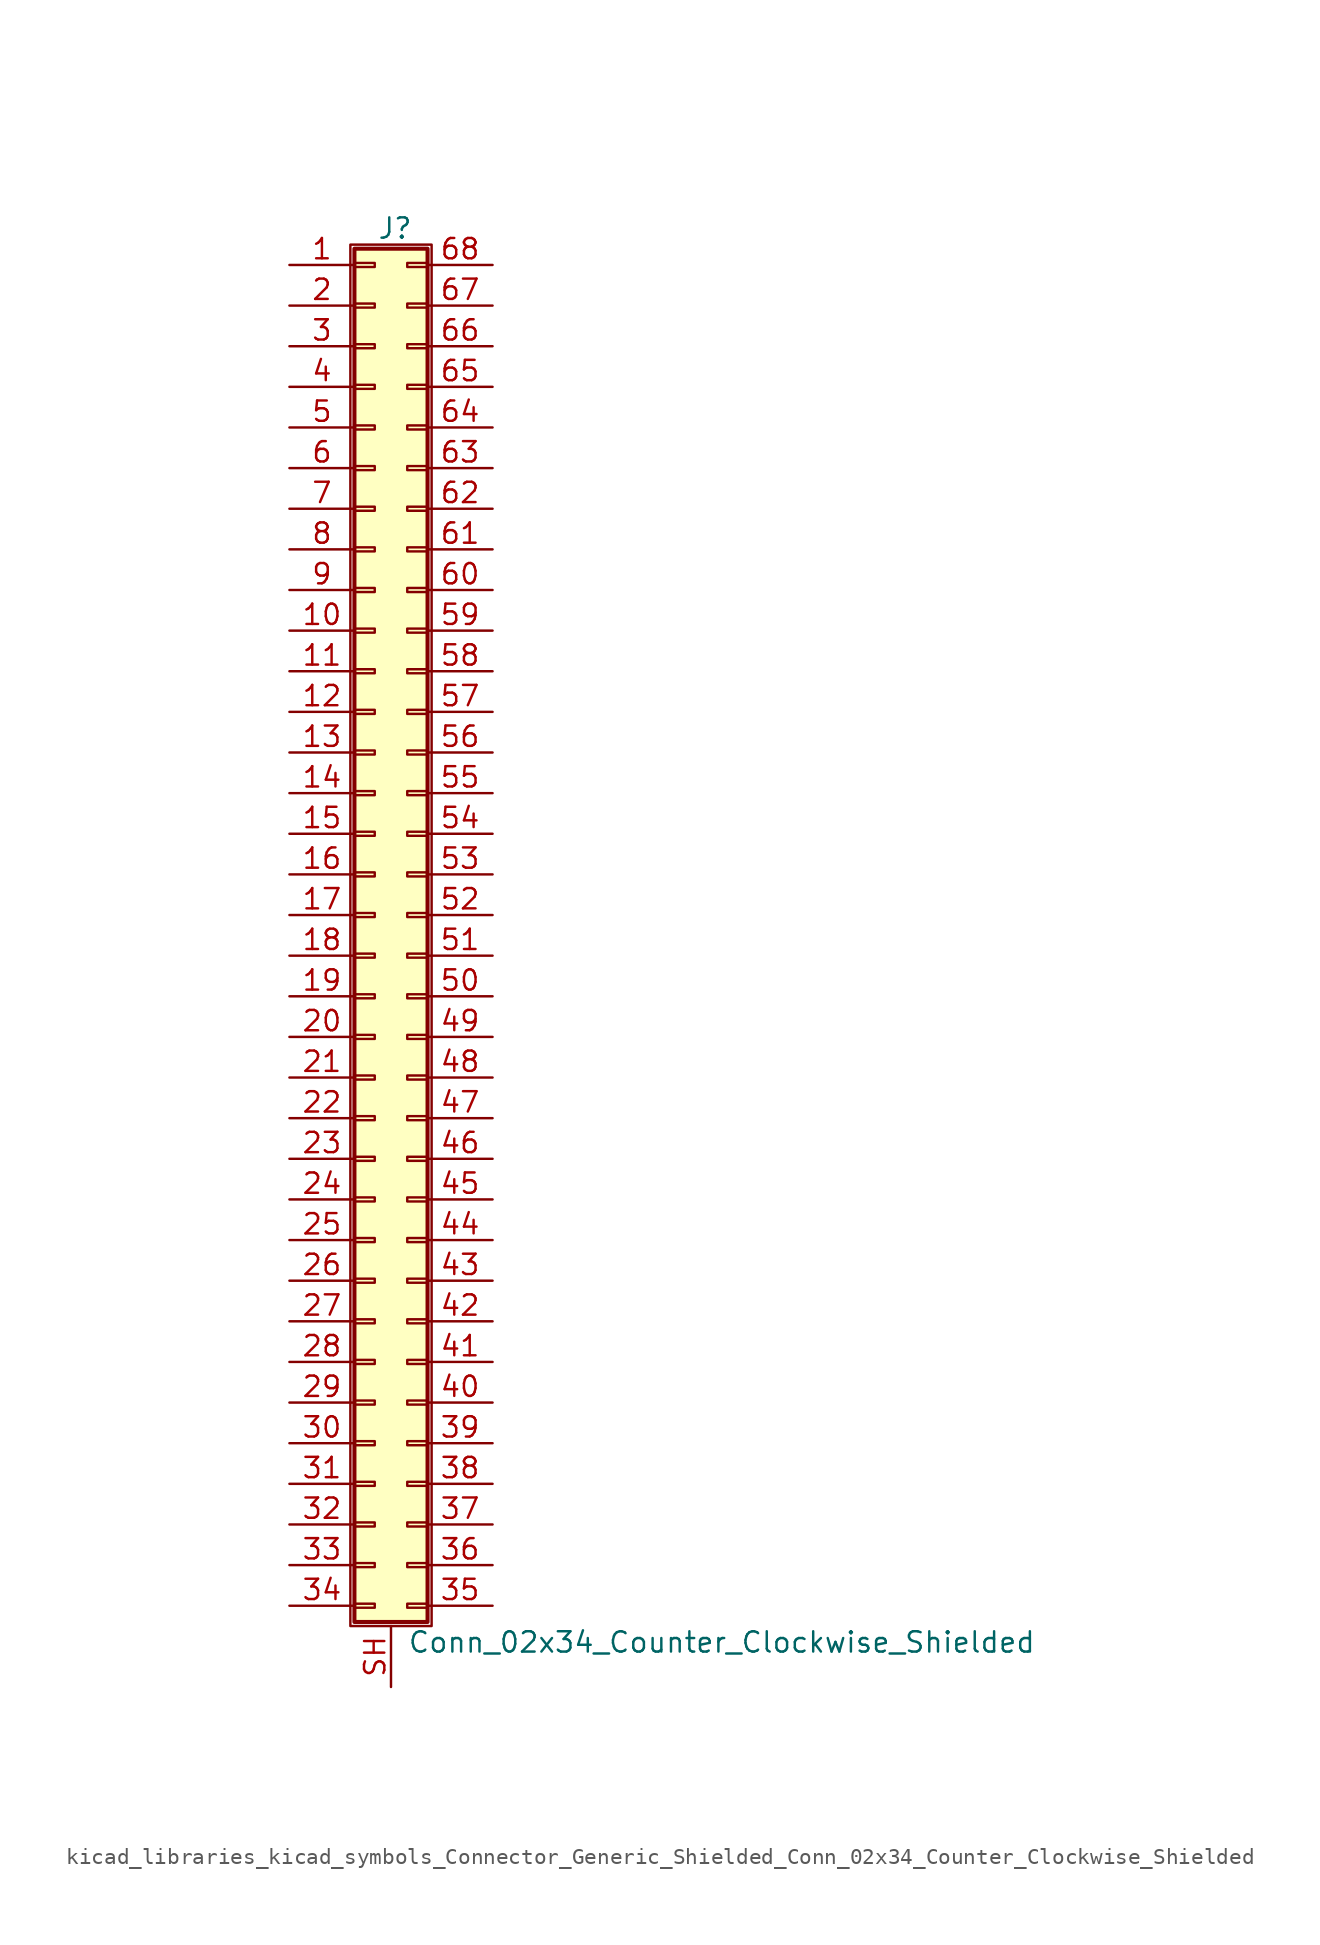
<source format=kicad_sym>
(kicad_symbol_lib
  (version 20220914)
  (generator kicad_symbol_editor)
  (symbol "kicad_libraries_kicad_symbols_Connector_Generic_Shielded_Conn_02x34_Counter_Clockwise_Shielded"
    (pin_names
      (offset 1.016) hide)
    (property "Reference" "J"
      (at 1.524 42.926 0)
      (effects (font (size 1.27 1.27))))
    (property "Value" "Conn_02x34_Counter_Clockwise_Shielded"
      (at 2.286 -45.466 0)
      (effects (font (size 1.27 1.27)) (justify left)))
    (symbol "kicad_libraries_kicad_symbols_Connector_Generic_Shielded_Conn_02x34_Counter_Clockwise_Shielded_1_1"
      (rectangle (start -1.27 41.91) (end 3.81 -44.45) (stroke (width 0.152) (type default)) (fill (type none)))
      (rectangle (start -1.016 -43.053) (end 0.254 -43.307) (stroke (width 0.152) (type default)) (fill (type none)))
      (rectangle (start -1.016 -40.513) (end 0.254 -40.767) (stroke (width 0.152) (type default)) (fill (type none)))
      (rectangle (start -1.016 -37.973) (end 0.254 -38.227) (stroke (width 0.152) (type default)) (fill (type none)))
      (rectangle (start -1.016 -35.433) (end 0.254 -35.687) (stroke (width 0.152) (type default)) (fill (type none)))
      (rectangle (start -1.016 -32.893) (end 0.254 -33.147) (stroke (width 0.152) (type default)) (fill (type none)))
      (rectangle (start -1.016 -30.353) (end 0.254 -30.607) (stroke (width 0.152) (type default)) (fill (type none)))
      (rectangle (start -1.016 -27.813) (end 0.254 -28.067) (stroke (width 0.152) (type default)) (fill (type none)))
      (rectangle (start -1.016 -25.273) (end 0.254 -25.527) (stroke (width 0.152) (type default)) (fill (type none)))
      (rectangle (start -1.016 -22.733) (end 0.254 -22.987) (stroke (width 0.152) (type default)) (fill (type none)))
      (rectangle (start -1.016 -20.193) (end 0.254 -20.447) (stroke (width 0.152) (type default)) (fill (type none)))
      (rectangle (start -1.016 -17.653) (end 0.254 -17.907) (stroke (width 0.152) (type default)) (fill (type none)))
      (rectangle (start -1.016 -15.113) (end 0.254 -15.367) (stroke (width 0.152) (type default)) (fill (type none)))
      (rectangle (start -1.016 -12.573) (end 0.254 -12.827) (stroke (width 0.152) (type default)) (fill (type none)))
      (rectangle (start -1.016 -10.033) (end 0.254 -10.287) (stroke (width 0.152) (type default)) (fill (type none)))
      (rectangle (start -1.016 -7.493) (end 0.254 -7.747) (stroke (width 0.152) (type default)) (fill (type none)))
      (rectangle (start -1.016 -4.953) (end 0.254 -5.207) (stroke (width 0.152) (type default)) (fill (type none)))
      (rectangle (start -1.016 -2.413) (end 0.254 -2.667) (stroke (width 0.152) (type default)) (fill (type none)))
      (rectangle (start -1.016 0.127) (end 0.254 -0.127) (stroke (width 0.152) (type default)) (fill (type none)))
      (rectangle (start -1.016 2.667) (end 0.254 2.413) (stroke (width 0.152) (type default)) (fill (type none)))
      (rectangle (start -1.016 5.207) (end 0.254 4.953) (stroke (width 0.152) (type default)) (fill (type none)))
      (rectangle (start -1.016 7.747) (end 0.254 7.493) (stroke (width 0.152) (type default)) (fill (type none)))
      (rectangle (start -1.016 10.287) (end 0.254 10.033) (stroke (width 0.152) (type default)) (fill (type none)))
      (rectangle (start -1.016 12.827) (end 0.254 12.573) (stroke (width 0.152) (type default)) (fill (type none)))
      (rectangle (start -1.016 15.367) (end 0.254 15.113) (stroke (width 0.152) (type default)) (fill (type none)))
      (rectangle (start -1.016 17.907) (end 0.254 17.653) (stroke (width 0.152) (type default)) (fill (type none)))
      (rectangle (start -1.016 20.447) (end 0.254 20.193) (stroke (width 0.152) (type default)) (fill (type none)))
      (rectangle (start -1.016 22.987) (end 0.254 22.733) (stroke (width 0.152) (type default)) (fill (type none)))
      (rectangle (start -1.016 25.527) (end 0.254 25.273) (stroke (width 0.152) (type default)) (fill (type none)))
      (rectangle (start -1.016 28.067) (end 0.254 27.813) (stroke (width 0.152) (type default)) (fill (type none)))
      (rectangle (start -1.016 30.607) (end 0.254 30.353) (stroke (width 0.152) (type default)) (fill (type none)))
      (rectangle (start -1.016 33.147) (end 0.254 32.893) (stroke (width 0.152) (type default)) (fill (type none)))
      (rectangle (start -1.016 35.687) (end 0.254 35.433) (stroke (width 0.152) (type default)) (fill (type none)))
      (rectangle (start -1.016 38.227) (end 0.254 37.973) (stroke (width 0.152) (type default)) (fill (type none)))
      (rectangle (start -1.016 40.767) (end 0.254 40.513) (stroke (width 0.152) (type default)) (fill (type none)))
      (rectangle (start -1.016 41.656) (end 3.556 -44.196) (stroke (width 0.254) (type default)) (fill (type background)))
      (rectangle (start 3.556 -43.053) (end 2.286 -43.307) (stroke (width 0.152) (type default)) (fill (type none)))
      (rectangle (start 3.556 -40.513) (end 2.286 -40.767) (stroke (width 0.152) (type default)) (fill (type none)))
      (rectangle (start 3.556 -37.973) (end 2.286 -38.227) (stroke (width 0.152) (type default)) (fill (type none)))
      (rectangle (start 3.556 -35.433) (end 2.286 -35.687) (stroke (width 0.152) (type default)) (fill (type none)))
      (rectangle (start 3.556 -32.893) (end 2.286 -33.147) (stroke (width 0.152) (type default)) (fill (type none)))
      (rectangle (start 3.556 -30.353) (end 2.286 -30.607) (stroke (width 0.152) (type default)) (fill (type none)))
      (rectangle (start 3.556 -27.813) (end 2.286 -28.067) (stroke (width 0.152) (type default)) (fill (type none)))
      (rectangle (start 3.556 -25.273) (end 2.286 -25.527) (stroke (width 0.152) (type default)) (fill (type none)))
      (rectangle (start 3.556 -22.733) (end 2.286 -22.987) (stroke (width 0.152) (type default)) (fill (type none)))
      (rectangle (start 3.556 -20.193) (end 2.286 -20.447) (stroke (width 0.152) (type default)) (fill (type none)))
      (rectangle (start 3.556 -17.653) (end 2.286 -17.907) (stroke (width 0.152) (type default)) (fill (type none)))
      (rectangle (start 3.556 -15.113) (end 2.286 -15.367) (stroke (width 0.152) (type default)) (fill (type none)))
      (rectangle (start 3.556 -12.573) (end 2.286 -12.827) (stroke (width 0.152) (type default)) (fill (type none)))
      (rectangle (start 3.556 -10.033) (end 2.286 -10.287) (stroke (width 0.152) (type default)) (fill (type none)))
      (rectangle (start 3.556 -7.493) (end 2.286 -7.747) (stroke (width 0.152) (type default)) (fill (type none)))
      (rectangle (start 3.556 -4.953) (end 2.286 -5.207) (stroke (width 0.152) (type default)) (fill (type none)))
      (rectangle (start 3.556 -2.413) (end 2.286 -2.667) (stroke (width 0.152) (type default)) (fill (type none)))
      (rectangle (start 3.556 0.127) (end 2.286 -0.127) (stroke (width 0.152) (type default)) (fill (type none)))
      (rectangle (start 3.556 2.667) (end 2.286 2.413) (stroke (width 0.152) (type default)) (fill (type none)))
      (rectangle (start 3.556 5.207) (end 2.286 4.953) (stroke (width 0.152) (type default)) (fill (type none)))
      (rectangle (start 3.556 7.747) (end 2.286 7.493) (stroke (width 0.152) (type default)) (fill (type none)))
      (rectangle (start 3.556 10.287) (end 2.286 10.033) (stroke (width 0.152) (type default)) (fill (type none)))
      (rectangle (start 3.556 12.827) (end 2.286 12.573) (stroke (width 0.152) (type default)) (fill (type none)))
      (rectangle (start 3.556 15.367) (end 2.286 15.113) (stroke (width 0.152) (type default)) (fill (type none)))
      (rectangle (start 3.556 17.907) (end 2.286 17.653) (stroke (width 0.152) (type default)) (fill (type none)))
      (rectangle (start 3.556 20.447) (end 2.286 20.193) (stroke (width 0.152) (type default)) (fill (type none)))
      (rectangle (start 3.556 22.987) (end 2.286 22.733) (stroke (width 0.152) (type default)) (fill (type none)))
      (rectangle (start 3.556 25.527) (end 2.286 25.273) (stroke (width 0.152) (type default)) (fill (type none)))
      (rectangle (start 3.556 28.067) (end 2.286 27.813) (stroke (width 0.152) (type default)) (fill (type none)))
      (rectangle (start 3.556 30.607) (end 2.286 30.353) (stroke (width 0.152) (type default)) (fill (type none)))
      (rectangle (start 3.556 33.147) (end 2.286 32.893) (stroke (width 0.152) (type default)) (fill (type none)))
      (rectangle (start 3.556 35.687) (end 2.286 35.433) (stroke (width 0.152) (type default)) (fill (type none)))
      (rectangle (start 3.556 38.227) (end 2.286 37.973) (stroke (width 0.152) (type default)) (fill (type none)))
      (rectangle (start 3.556 40.767) (end 2.286 40.513) (stroke (width 0.152) (type default)) (fill (type none)))
      (pin passive line (at -5.08 40.64 0) (length 4.064) (name "Pin_1" (effects (font (size 1.27 1.27)))) (number "1" (effects (font (size 1.27 1.27)))))
      (pin passive line (at -5.08 17.78 0) (length 4.064) (name "Pin_10" (effects (font (size 1.27 1.27)))) (number "10" (effects (font (size 1.27 1.27)))))
      (pin passive line (at -5.08 15.24 0) (length 4.064) (name "Pin_11" (effects (font (size 1.27 1.27)))) (number "11" (effects (font (size 1.27 1.27)))))
      (pin passive line (at -5.08 12.7 0) (length 4.064) (name "Pin_12" (effects (font (size 1.27 1.27)))) (number "12" (effects (font (size 1.27 1.27)))))
      (pin passive line (at -5.08 10.16 0) (length 4.064) (name "Pin_13" (effects (font (size 1.27 1.27)))) (number "13" (effects (font (size 1.27 1.27)))))
      (pin passive line (at -5.08 7.62 0) (length 4.064) (name "Pin_14" (effects (font (size 1.27 1.27)))) (number "14" (effects (font (size 1.27 1.27)))))
      (pin passive line (at -5.08 5.08 0) (length 4.064) (name "Pin_15" (effects (font (size 1.27 1.27)))) (number "15" (effects (font (size 1.27 1.27)))))
      (pin passive line (at -5.08 2.54 0) (length 4.064) (name "Pin_16" (effects (font (size 1.27 1.27)))) (number "16" (effects (font (size 1.27 1.27)))))
      (pin passive line (at -5.08 0 0) (length 4.064) (name "Pin_17" (effects (font (size 1.27 1.27)))) (number "17" (effects (font (size 1.27 1.27)))))
      (pin passive line (at -5.08 -2.54 0) (length 4.064) (name "Pin_18" (effects (font (size 1.27 1.27)))) (number "18" (effects (font (size 1.27 1.27)))))
      (pin passive line (at -5.08 -5.08 0) (length 4.064) (name "Pin_19" (effects (font (size 1.27 1.27)))) (number "19" (effects (font (size 1.27 1.27)))))
      (pin passive line (at -5.08 38.1 0) (length 4.064) (name "Pin_2" (effects (font (size 1.27 1.27)))) (number "2" (effects (font (size 1.27 1.27)))))
      (pin passive line (at -5.08 -7.62 0) (length 4.064) (name "Pin_20" (effects (font (size 1.27 1.27)))) (number "20" (effects (font (size 1.27 1.27)))))
      (pin passive line (at -5.08 -10.16 0) (length 4.064) (name "Pin_21" (effects (font (size 1.27 1.27)))) (number "21" (effects (font (size 1.27 1.27)))))
      (pin passive line (at -5.08 -12.7 0) (length 4.064) (name "Pin_22" (effects (font (size 1.27 1.27)))) (number "22" (effects (font (size 1.27 1.27)))))
      (pin passive line (at -5.08 -15.24 0) (length 4.064) (name "Pin_23" (effects (font (size 1.27 1.27)))) (number "23" (effects (font (size 1.27 1.27)))))
      (pin passive line (at -5.08 -17.78 0) (length 4.064) (name "Pin_24" (effects (font (size 1.27 1.27)))) (number "24" (effects (font (size 1.27 1.27)))))
      (pin passive line (at -5.08 -20.32 0) (length 4.064) (name "Pin_25" (effects (font (size 1.27 1.27)))) (number "25" (effects (font (size 1.27 1.27)))))
      (pin passive line (at -5.08 -22.86 0) (length 4.064) (name "Pin_26" (effects (font (size 1.27 1.27)))) (number "26" (effects (font (size 1.27 1.27)))))
      (pin passive line (at -5.08 -25.4 0) (length 4.064) (name "Pin_27" (effects (font (size 1.27 1.27)))) (number "27" (effects (font (size 1.27 1.27)))))
      (pin passive line (at -5.08 -27.94 0) (length 4.064) (name "Pin_28" (effects (font (size 1.27 1.27)))) (number "28" (effects (font (size 1.27 1.27)))))
      (pin passive line (at -5.08 -30.48 0) (length 4.064) (name "Pin_29" (effects (font (size 1.27 1.27)))) (number "29" (effects (font (size 1.27 1.27)))))
      (pin passive line (at -5.08 35.56 0) (length 4.064) (name "Pin_3" (effects (font (size 1.27 1.27)))) (number "3" (effects (font (size 1.27 1.27)))))
      (pin passive line (at -5.08 -33.02 0) (length 4.064) (name "Pin_30" (effects (font (size 1.27 1.27)))) (number "30" (effects (font (size 1.27 1.27)))))
      (pin passive line (at -5.08 -35.56 0) (length 4.064) (name "Pin_31" (effects (font (size 1.27 1.27)))) (number "31" (effects (font (size 1.27 1.27)))))
      (pin passive line (at -5.08 -38.1 0) (length 4.064) (name "Pin_32" (effects (font (size 1.27 1.27)))) (number "32" (effects (font (size 1.27 1.27)))))
      (pin passive line (at -5.08 -40.64 0) (length 4.064) (name "Pin_33" (effects (font (size 1.27 1.27)))) (number "33" (effects (font (size 1.27 1.27)))))
      (pin passive line (at -5.08 -43.18 0) (length 4.064) (name "Pin_34" (effects (font (size 1.27 1.27)))) (number "34" (effects (font (size 1.27 1.27)))))
      (pin passive line (at 7.62 -43.18 180) (length 4.064) (name "Pin_35" (effects (font (size 1.27 1.27)))) (number "35" (effects (font (size 1.27 1.27)))))
      (pin passive line (at 7.62 -40.64 180) (length 4.064) (name "Pin_36" (effects (font (size 1.27 1.27)))) (number "36" (effects (font (size 1.27 1.27)))))
      (pin passive line (at 7.62 -38.1 180) (length 4.064) (name "Pin_37" (effects (font (size 1.27 1.27)))) (number "37" (effects (font (size 1.27 1.27)))))
      (pin passive line (at 7.62 -35.56 180) (length 4.064) (name "Pin_38" (effects (font (size 1.27 1.27)))) (number "38" (effects (font (size 1.27 1.27)))))
      (pin passive line (at 7.62 -33.02 180) (length 4.064) (name "Pin_39" (effects (font (size 1.27 1.27)))) (number "39" (effects (font (size 1.27 1.27)))))
      (pin passive line (at -5.08 33.02 0) (length 4.064) (name "Pin_4" (effects (font (size 1.27 1.27)))) (number "4" (effects (font (size 1.27 1.27)))))
      (pin passive line (at 7.62 -30.48 180) (length 4.064) (name "Pin_40" (effects (font (size 1.27 1.27)))) (number "40" (effects (font (size 1.27 1.27)))))
      (pin passive line (at 7.62 -27.94 180) (length 4.064) (name "Pin_41" (effects (font (size 1.27 1.27)))) (number "41" (effects (font (size 1.27 1.27)))))
      (pin passive line (at 7.62 -25.4 180) (length 4.064) (name "Pin_42" (effects (font (size 1.27 1.27)))) (number "42" (effects (font (size 1.27 1.27)))))
      (pin passive line (at 7.62 -22.86 180) (length 4.064) (name "Pin_43" (effects (font (size 1.27 1.27)))) (number "43" (effects (font (size 1.27 1.27)))))
      (pin passive line (at 7.62 -20.32 180) (length 4.064) (name "Pin_44" (effects (font (size 1.27 1.27)))) (number "44" (effects (font (size 1.27 1.27)))))
      (pin passive line (at 7.62 -17.78 180) (length 4.064) (name "Pin_45" (effects (font (size 1.27 1.27)))) (number "45" (effects (font (size 1.27 1.27)))))
      (pin passive line (at 7.62 -15.24 180) (length 4.064) (name "Pin_46" (effects (font (size 1.27 1.27)))) (number "46" (effects (font (size 1.27 1.27)))))
      (pin passive line (at 7.62 -12.7 180) (length 4.064) (name "Pin_47" (effects (font (size 1.27 1.27)))) (number "47" (effects (font (size 1.27 1.27)))))
      (pin passive line (at 7.62 -10.16 180) (length 4.064) (name "Pin_48" (effects (font (size 1.27 1.27)))) (number "48" (effects (font (size 1.27 1.27)))))
      (pin passive line (at 7.62 -7.62 180) (length 4.064) (name "Pin_49" (effects (font (size 1.27 1.27)))) (number "49" (effects (font (size 1.27 1.27)))))
      (pin passive line (at -5.08 30.48 0) (length 4.064) (name "Pin_5" (effects (font (size 1.27 1.27)))) (number "5" (effects (font (size 1.27 1.27)))))
      (pin passive line (at 7.62 -5.08 180) (length 4.064) (name "Pin_50" (effects (font (size 1.27 1.27)))) (number "50" (effects (font (size 1.27 1.27)))))
      (pin passive line (at 7.62 -2.54 180) (length 4.064) (name "Pin_51" (effects (font (size 1.27 1.27)))) (number "51" (effects (font (size 1.27 1.27)))))
      (pin passive line (at 7.62 0 180) (length 4.064) (name "Pin_52" (effects (font (size 1.27 1.27)))) (number "52" (effects (font (size 1.27 1.27)))))
      (pin passive line (at 7.62 2.54 180) (length 4.064) (name "Pin_53" (effects (font (size 1.27 1.27)))) (number "53" (effects (font (size 1.27 1.27)))))
      (pin passive line (at 7.62 5.08 180) (length 4.064) (name "Pin_54" (effects (font (size 1.27 1.27)))) (number "54" (effects (font (size 1.27 1.27)))))
      (pin passive line (at 7.62 7.62 180) (length 4.064) (name "Pin_55" (effects (font (size 1.27 1.27)))) (number "55" (effects (font (size 1.27 1.27)))))
      (pin passive line (at 7.62 10.16 180) (length 4.064) (name "Pin_56" (effects (font (size 1.27 1.27)))) (number "56" (effects (font (size 1.27 1.27)))))
      (pin passive line (at 7.62 12.7 180) (length 4.064) (name "Pin_57" (effects (font (size 1.27 1.27)))) (number "57" (effects (font (size 1.27 1.27)))))
      (pin passive line (at 7.62 15.24 180) (length 4.064) (name "Pin_58" (effects (font (size 1.27 1.27)))) (number "58" (effects (font (size 1.27 1.27)))))
      (pin passive line (at 7.62 17.78 180) (length 4.064) (name "Pin_59" (effects (font (size 1.27 1.27)))) (number "59" (effects (font (size 1.27 1.27)))))
      (pin passive line (at -5.08 27.94 0) (length 4.064) (name "Pin_6" (effects (font (size 1.27 1.27)))) (number "6" (effects (font (size 1.27 1.27)))))
      (pin passive line (at 7.62 20.32 180) (length 4.064) (name "Pin_60" (effects (font (size 1.27 1.27)))) (number "60" (effects (font (size 1.27 1.27)))))
      (pin passive line (at 7.62 22.86 180) (length 4.064) (name "Pin_61" (effects (font (size 1.27 1.27)))) (number "61" (effects (font (size 1.27 1.27)))))
      (pin passive line (at 7.62 25.4 180) (length 4.064) (name "Pin_62" (effects (font (size 1.27 1.27)))) (number "62" (effects (font (size 1.27 1.27)))))
      (pin passive line (at 7.62 27.94 180) (length 4.064) (name "Pin_63" (effects (font (size 1.27 1.27)))) (number "63" (effects (font (size 1.27 1.27)))))
      (pin passive line (at 7.62 30.48 180) (length 4.064) (name "Pin_64" (effects (font (size 1.27 1.27)))) (number "64" (effects (font (size 1.27 1.27)))))
      (pin passive line (at 7.62 33.02 180) (length 4.064) (name "Pin_65" (effects (font (size 1.27 1.27)))) (number "65" (effects (font (size 1.27 1.27)))))
      (pin passive line (at 7.62 35.56 180) (length 4.064) (name "Pin_66" (effects (font (size 1.27 1.27)))) (number "66" (effects (font (size 1.27 1.27)))))
      (pin passive line (at 7.62 38.1 180) (length 4.064) (name "Pin_67" (effects (font (size 1.27 1.27)))) (number "67" (effects (font (size 1.27 1.27)))))
      (pin passive line (at 7.62 40.64 180) (length 4.064) (name "Pin_68" (effects (font (size 1.27 1.27)))) (number "68" (effects (font (size 1.27 1.27)))))
      (pin passive line (at -5.08 25.4 0) (length 4.064) (name "Pin_7" (effects (font (size 1.27 1.27)))) (number "7" (effects (font (size 1.27 1.27)))))
      (pin passive line (at -5.08 22.86 0) (length 4.064) (name "Pin_8" (effects (font (size 1.27 1.27)))) (number "8" (effects (font (size 1.27 1.27)))))
      (pin passive line (at -5.08 20.32 0) (length 4.064) (name "Pin_9" (effects (font (size 1.27 1.27)))) (number "9" (effects (font (size 1.27 1.27)))))
      (pin passive line (at 1.27 -48.26 90) (length 3.81) (name "Shield" (effects (font (size 1.27 1.27)))) (number "SH" (effects (font (size 1.27 1.27))))))))
</source>
